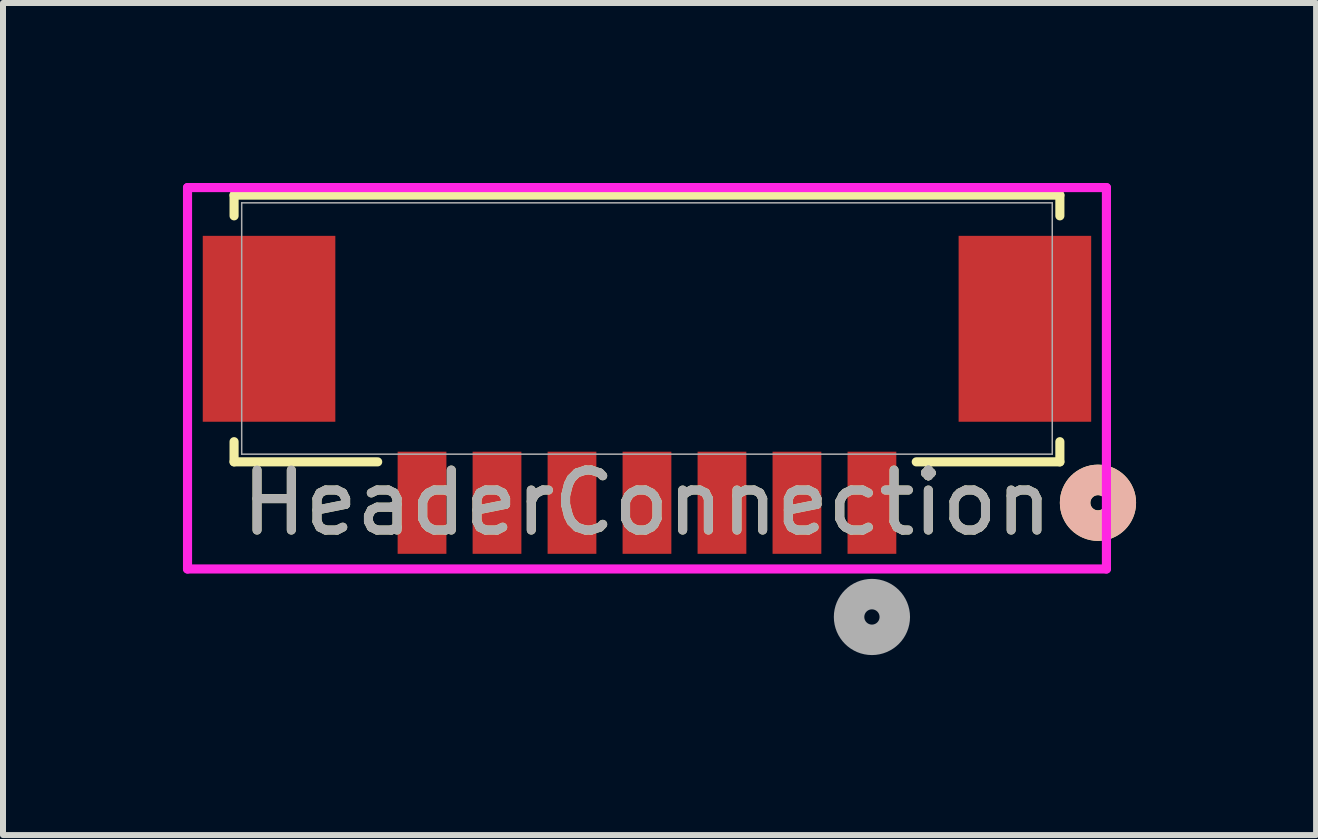
<source format=kicad_pcb>
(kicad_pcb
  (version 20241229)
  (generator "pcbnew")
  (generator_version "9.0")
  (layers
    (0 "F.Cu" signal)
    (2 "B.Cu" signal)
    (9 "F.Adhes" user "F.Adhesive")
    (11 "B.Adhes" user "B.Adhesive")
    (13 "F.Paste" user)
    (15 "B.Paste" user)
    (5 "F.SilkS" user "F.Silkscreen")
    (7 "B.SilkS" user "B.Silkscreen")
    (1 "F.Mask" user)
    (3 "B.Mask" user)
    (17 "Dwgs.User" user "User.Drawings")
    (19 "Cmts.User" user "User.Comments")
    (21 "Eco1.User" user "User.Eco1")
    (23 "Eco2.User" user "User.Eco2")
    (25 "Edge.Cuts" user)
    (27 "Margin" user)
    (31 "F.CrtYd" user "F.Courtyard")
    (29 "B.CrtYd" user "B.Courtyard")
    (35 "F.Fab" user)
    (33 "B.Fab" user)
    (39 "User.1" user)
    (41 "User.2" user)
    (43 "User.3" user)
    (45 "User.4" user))
  (footprint "HeaderConnection"
    (layer "F.Cu")
    (at 7.735 2.426)
    (property "Reference" "HeaderConnection" (at 0 2.905 0) (unlocked yes) (layer "F.SilkS") (effects (font (size 1 1) (thickness 0.15))))
    (attr smd)
    (fp_line (start -6.883 -2.223) (end -6.883 -1.878) (stroke (width 0.152) (type solid)) (layer "F.SilkS"))
    (fp_line (start -6.883 1.887) (end -6.883 2.223) (stroke (width 0.152) (type solid)) (layer "F.SilkS"))
    (fp_line (start -6.883 2.223) (end -4.489 2.223) (stroke (width 0.152) (type solid)) (layer "F.SilkS"))
    (fp_line (start 4.489 2.223) (end 6.883 2.223) (stroke (width 0.152) (type solid)) (layer "F.SilkS"))
    (fp_line (start 6.883 -2.223) (end -6.883 -2.223) (stroke (width 0.152) (type solid)) (layer "F.SilkS"))
    (fp_line (start 6.883 -1.878) (end 6.883 -2.223) (stroke (width 0.152) (type solid)) (layer "F.SilkS"))
    (fp_line (start 6.883 2.223) (end 6.883 1.887) (stroke (width 0.152) (type solid)) (layer "F.SilkS"))
    (fp_circle (center 7.518 2.905) (end 7.899 2.905) (stroke (width 0.508) (type solid)) (fill no) (layer "F.SilkS"))
    (fp_circle (center 7.518 2.905) (end 7.899 2.905) (stroke (width 0.508) (type solid)) (fill no) (layer "B.SilkS"))
    (fp_line (start -7.659 -2.349) (end -7.659 4.009) (stroke (width 0.152) (type solid)) (layer "F.CrtYd"))
    (fp_line (start -7.659 4.009) (end 7.659 4.009) (stroke (width 0.152) (type solid)) (layer "F.CrtYd"))
    (fp_line (start 7.659 -2.349) (end -7.659 -2.349) (stroke (width 0.152) (type solid)) (layer "F.CrtYd"))
    (fp_line (start 7.659 4.009) (end 7.659 -2.349) (stroke (width 0.152) (type solid)) (layer "F.CrtYd"))
    (fp_line (start -6.756 -2.095) (end -6.756 2.095) (stroke (width 0.025) (type solid)) (layer "F.Fab"))
    (fp_line (start -6.756 2.095) (end 6.756 2.095) (stroke (width 0.025) (type solid)) (layer "F.Fab"))
    (fp_line (start 6.756 -2.095) (end -6.756 -2.095) (stroke (width 0.025) (type solid)) (layer "F.Fab"))
    (fp_line (start 6.756 2.095) (end 6.756 -2.095) (stroke (width 0.025) (type solid)) (layer "F.Fab"))
    (fp_circle (center 3.75 4.809) (end 4.131 4.809) (stroke (width 0.508) (type solid)) (fill no) (layer "F.Fab"))
    (fp_text user "${REFERENCE}" (at 0 2.905 0) (unlocked yes) (layer "F.Fab") (effects (font (size 1 1) (thickness 0.15))))
    (pad "1" smd rect (at 3.75 2.905) (size 0.813 1.702) (layers "F.Cu" "F.Mask" "F.Paste"))
    (pad "2" smd rect (at 2.5 2.905) (size 0.813 1.702) (layers "F.Cu" "F.Mask" "F.Paste"))
    (pad "3" smd rect (at 1.25 2.905) (size 0.813 1.702) (layers "F.Cu" "F.Mask" "F.Paste"))
    (pad "4" smd rect (at 0 2.905) (size 0.813 1.702) (layers "F.Cu" "F.Mask" "F.Paste"))
    (pad "5" smd rect (at -1.25 2.905) (size 0.813 1.702) (layers "F.Cu" "F.Mask" "F.Paste"))
    (pad "6" smd rect (at -2.5 2.905) (size 0.813 1.702) (layers "F.Cu" "F.Mask" "F.Paste"))
    (pad "7" smd rect (at -3.75 2.905) (size 0.813 1.702) (layers "F.Cu" "F.Mask" "F.Paste"))
    (pad "8" smd rect (at -6.3 0.005) (size 2.21 3.099) (layers "F.Cu" "F.Mask" "F.Paste"))
    (pad "9" smd rect (at 6.3 0.005) (size 2.21 3.099) (layers "F.Cu" "F.Mask" "F.Paste")))
  (gr_rect
    (start -3 -3)
    (end 18.889 10.87)
    (stroke (width 0.1) (type default))
    (fill no)
    (layer "Edge.Cuts")))
</source>
